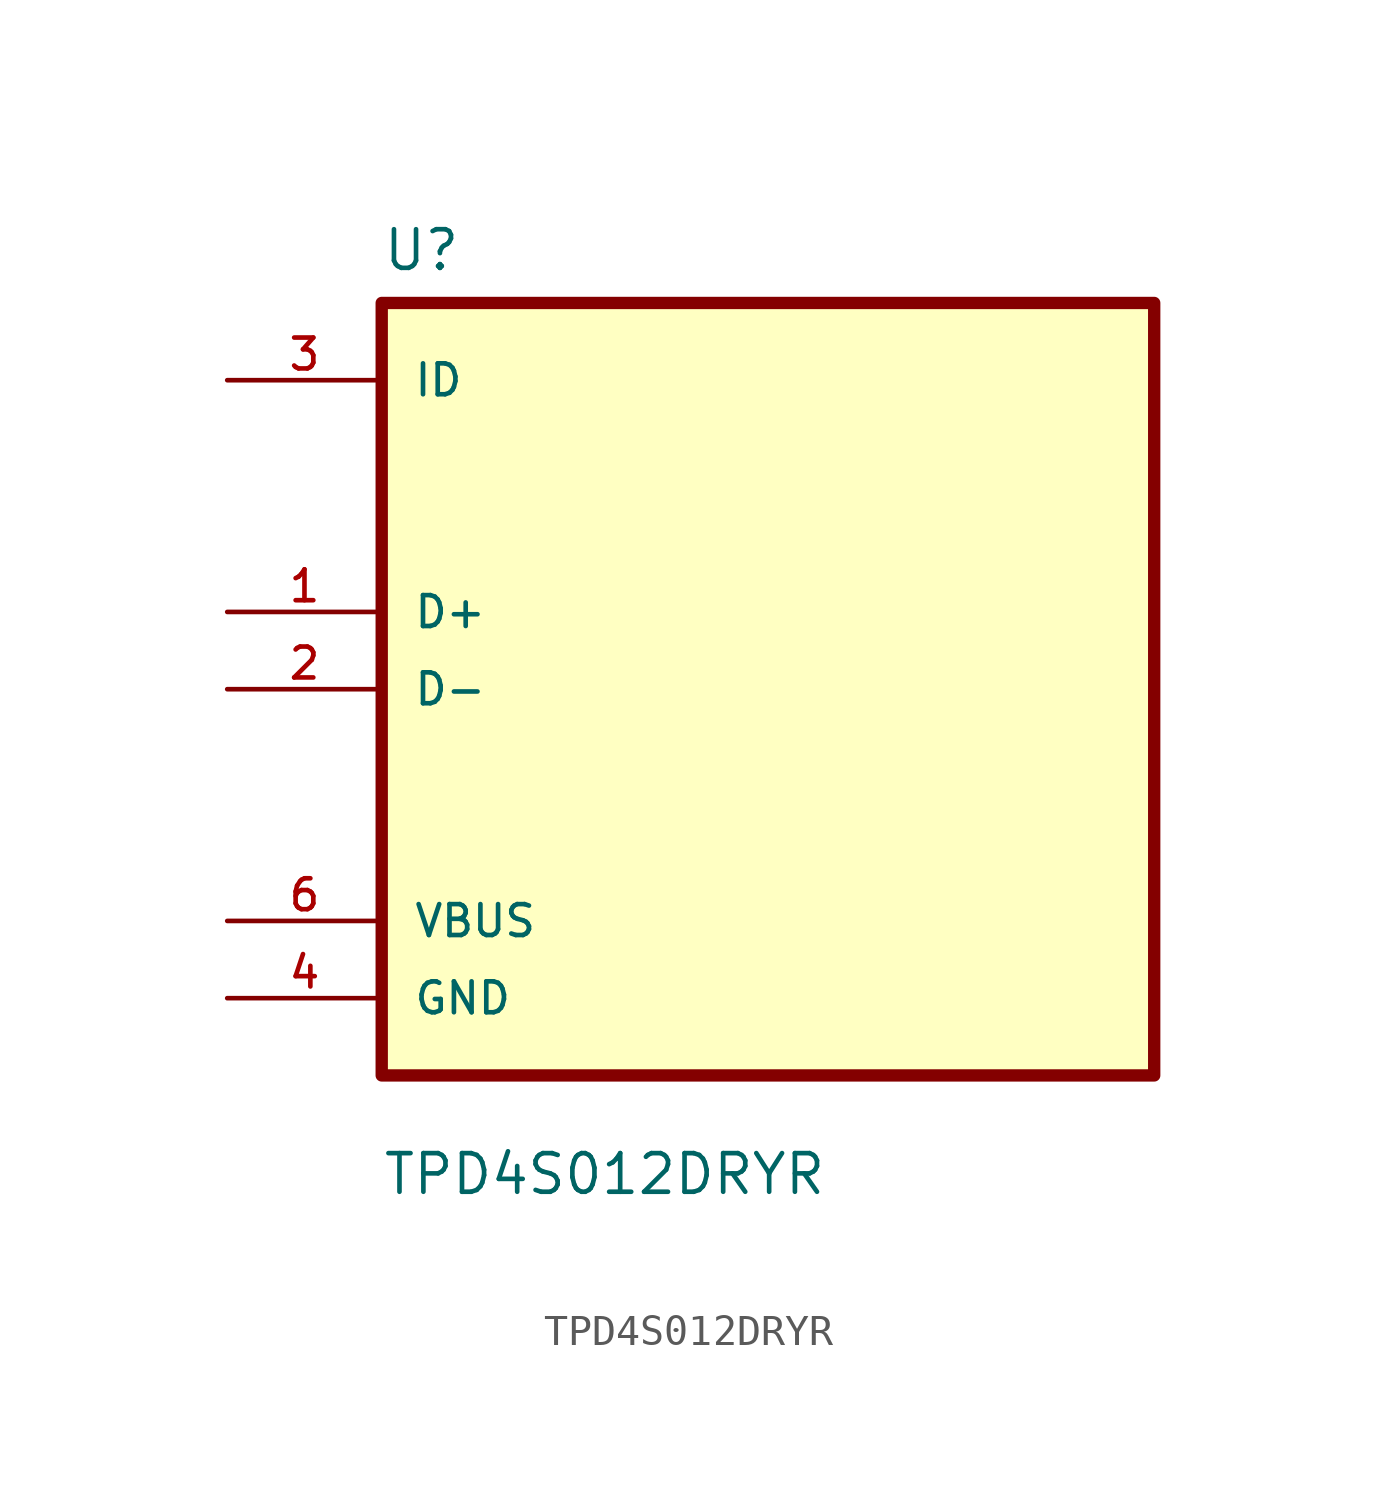
<source format=kicad_sym>
(kicad_symbol_lib
  (version 20211014)
  (generator kicad_symbol_editor)
  (symbol "TPD4S012DRYR"
    (pin_names
      (offset 1.016))
    (property "Reference" "U"
      (at -12.7 13.691 0)
      (effects (font (size 1.27 1.27)) (justify left bottom)))
    (property "Value" "TPD4S012DRYR"
      (at -12.7 -16.688 0)
      (effects (font (size 1.27 1.27)) (justify left bottom)))
    (property "ki_locked" ""
      (at 0 0 0)
      (effects (font (size 1.27 1.27))))
    (symbol "TPD4S012DRYR_0_0"
      (rectangle (start -12.7 -12.7) (end 12.7 12.7) (stroke (width 0.406) (type default) (color 0 0 0 0)) (fill (type background)))
      (pin bidirectional line (at -17.78 2.54 0) (length 5.08) (name "D+" (effects (font (size 1.016 1.016)))) (number "1" (effects (font (size 1.016 1.016)))))
      (pin bidirectional line (at -17.78 0 0) (length 5.08) (name "D-" (effects (font (size 1.016 1.016)))) (number "2" (effects (font (size 1.016 1.016)))))
      (pin bidirectional line (at -17.78 10.16 0) (length 5.08) (name "ID" (effects (font (size 1.016 1.016)))) (number "3" (effects (font (size 1.016 1.016)))))
      (pin power_in line (at -17.78 -10.16 0) (length 5.08) (name "GND" (effects (font (size 1.016 1.016)))) (number "4" (effects (font (size 1.016 1.016)))))
      (pin power_in line (at -17.78 -7.62 0) (length 5.08) (name "VBUS" (effects (font (size 1.016 1.016)))) (number "6" (effects (font (size 1.016 1.016))))))))
</source>
